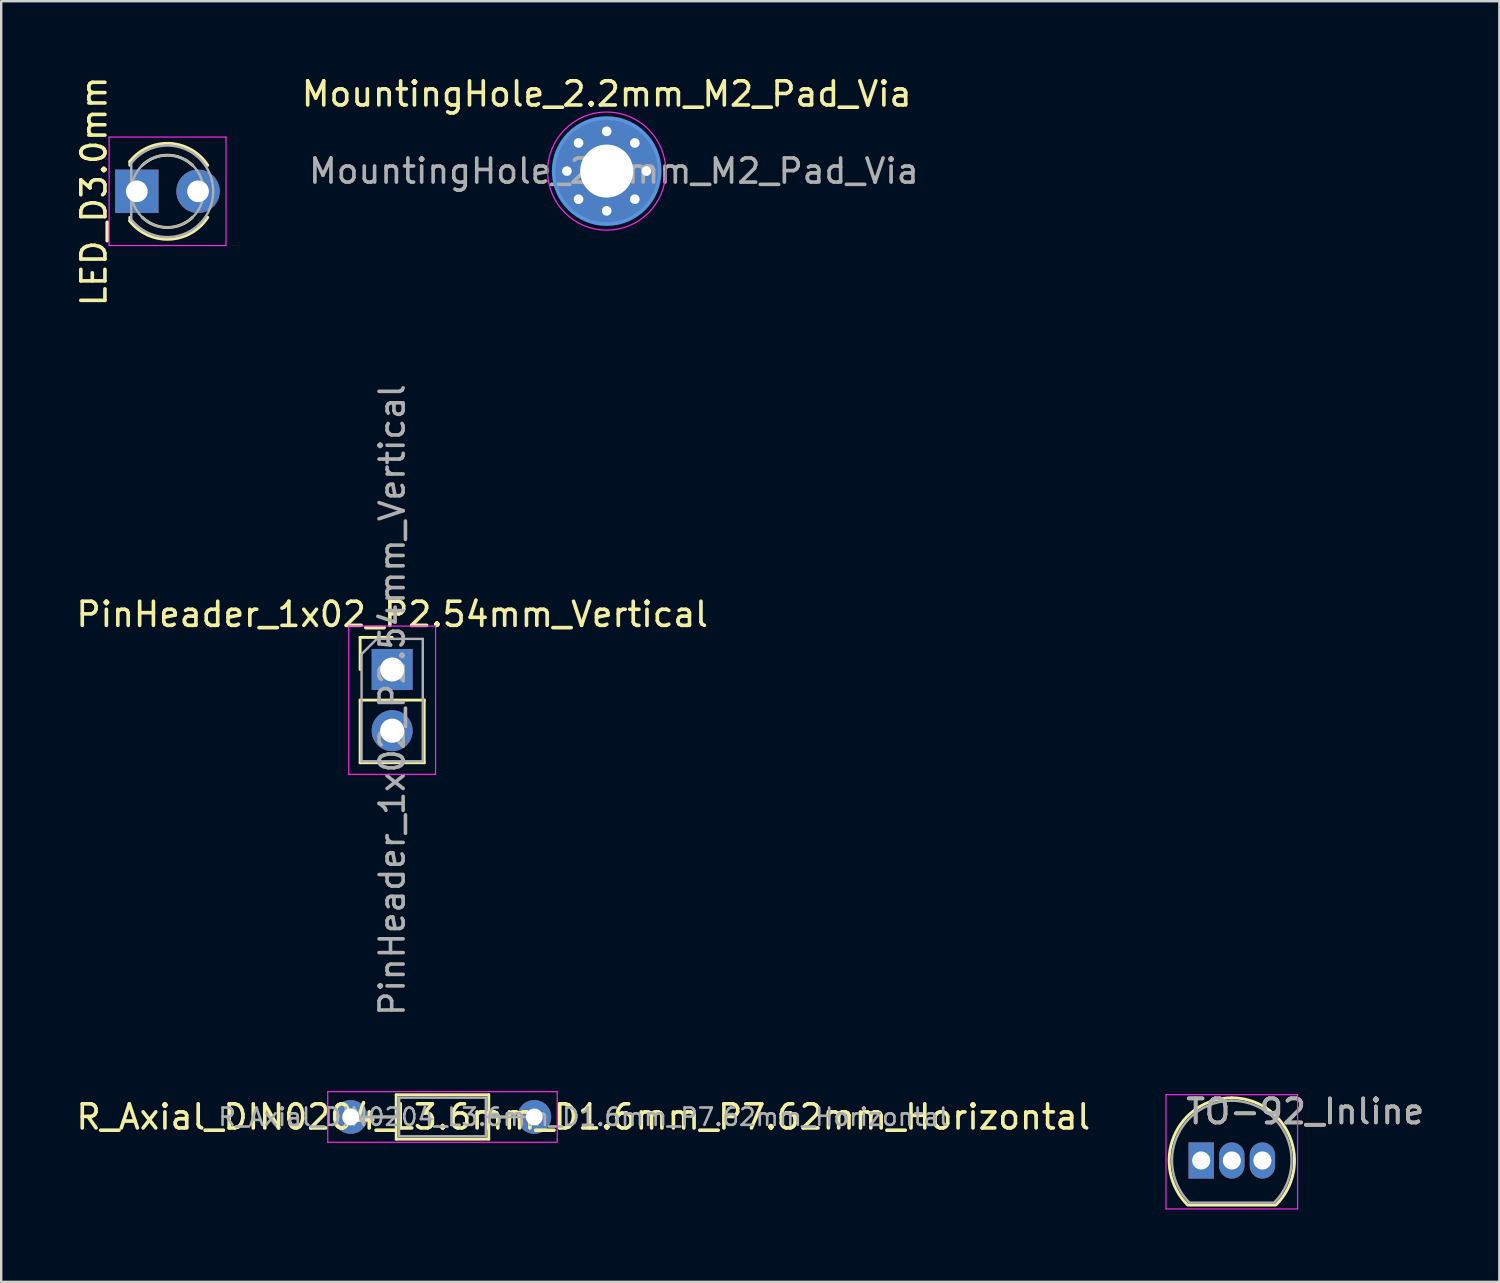
<source format=kicad_pcb>
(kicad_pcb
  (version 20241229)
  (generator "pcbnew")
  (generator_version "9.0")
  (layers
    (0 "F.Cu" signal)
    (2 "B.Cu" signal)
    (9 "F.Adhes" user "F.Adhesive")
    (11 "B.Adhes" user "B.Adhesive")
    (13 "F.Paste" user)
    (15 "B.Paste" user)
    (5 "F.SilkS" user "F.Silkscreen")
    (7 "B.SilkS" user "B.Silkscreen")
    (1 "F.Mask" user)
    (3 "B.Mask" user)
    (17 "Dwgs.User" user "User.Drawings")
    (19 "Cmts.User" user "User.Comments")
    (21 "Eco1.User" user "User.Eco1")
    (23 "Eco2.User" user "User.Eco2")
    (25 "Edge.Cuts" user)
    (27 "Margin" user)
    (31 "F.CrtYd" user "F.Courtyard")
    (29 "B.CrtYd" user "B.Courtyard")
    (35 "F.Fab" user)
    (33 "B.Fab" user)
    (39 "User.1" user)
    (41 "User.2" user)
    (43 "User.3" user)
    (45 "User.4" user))
  (footprint "PinHeader_1x02_P2.54mm_Vertical"
    (layer "F.Cu")
    (at 13.22 24.724)
    (property "Reference" "PinHeader_1x02_P2.54mm_Vertical" (at 0 -2.286 0) (layer "F.SilkS") (effects (font (size 1 1) (thickness 0.15))))
    (attr through_hole)
    (fp_line (start -1.33 -1.33) (end 0 -1.33) (stroke (width 0.12) (type solid)) (layer "F.SilkS"))
    (fp_line (start -1.33 0) (end -1.33 -1.33) (stroke (width 0.12) (type solid)) (layer "F.SilkS"))
    (fp_line (start -1.33 1.27) (end -1.33 3.87) (stroke (width 0.12) (type solid)) (layer "F.SilkS"))
    (fp_line (start -1.33 1.27) (end 1.33 1.27) (stroke (width 0.12) (type solid)) (layer "F.SilkS"))
    (fp_line (start -1.33 3.87) (end 1.33 3.87) (stroke (width 0.12) (type solid)) (layer "F.SilkS"))
    (fp_line (start 1.33 1.27) (end 1.33 3.87) (stroke (width 0.12) (type solid)) (layer "F.SilkS"))
    (fp_line (start -1.8 -1.8) (end -1.8 4.35) (stroke (width 0.05) (type solid)) (layer "F.CrtYd"))
    (fp_line (start -1.8 4.35) (end 1.8 4.35) (stroke (width 0.05) (type solid)) (layer "F.CrtYd"))
    (fp_line (start 1.8 -1.8) (end -1.8 -1.8) (stroke (width 0.05) (type solid)) (layer "F.CrtYd"))
    (fp_line (start 1.8 4.35) (end 1.8 -1.8) (stroke (width 0.05) (type solid)) (layer "F.CrtYd"))
    (fp_line (start -1.27 -0.635) (end -0.635 -1.27) (stroke (width 0.1) (type solid)) (layer "F.Fab"))
    (fp_line (start -1.27 3.81) (end -1.27 -0.635) (stroke (width 0.1) (type solid)) (layer "F.Fab"))
    (fp_line (start -0.635 -1.27) (end 1.27 -1.27) (stroke (width 0.1) (type solid)) (layer "F.Fab"))
    (fp_line (start 1.27 -1.27) (end 1.27 3.81) (stroke (width 0.1) (type solid)) (layer "F.Fab"))
    (fp_line (start 1.27 3.81) (end -1.27 3.81) (stroke (width 0.1) (type solid)) (layer "F.Fab"))
    (fp_text user "${REFERENCE}" (at 0 1.27 270) (layer "F.Fab") (effects (font (size 1 1) (thickness 0.15))))
    (pad "1" thru_hole rect (at 0 0) (size 1.7 1.7) (drill 1) (layers "*.Cu" "*.Mask"))
    (pad "2" thru_hole oval (at 0 2.54) (size 1.7 1.7) (drill 1) (layers "*.Cu" "*.Mask")))
  (footprint "LED_D3.0mm"
    (layer "F.Cu")
    (at 2.626 4.887)
    (property "Reference" "LED_D3.0mm" (at -1.778 0 270) (layer "F.SilkS") (effects (font (size 1 1) (thickness 0.15))))
    (attr through_hole)
    (fp_line (start -0.29 -1.236) (end -0.29 -1.08) (stroke (width 0.12) (type solid)) (layer "F.SilkS"))
    (fp_line (start -0.29 1.08) (end -0.29 1.236) (stroke (width 0.12) (type solid)) (layer "F.SilkS"))
    (fp_arc (start -0.29 -1.235516) (mid 1.366487 -1.987659) (end 2.942335 -1.078608) (stroke (width 0.12) (type solid)) (layer "F.SilkS"))
    (fp_arc (start 0.229039 -1.08) (mid 1.270117 -1.5) (end 2.31113 -1.079837) (stroke (width 0.12) (type solid)) (layer "F.SilkS"))
    (fp_arc (start 2.31113 1.079837) (mid 1.270117 1.5) (end 0.229039 1.08) (stroke (width 0.12) (type solid)) (layer "F.SilkS"))
    (fp_arc (start 2.942335 1.078608) (mid 1.366487 1.987659) (end -0.29 1.235516) (stroke (width 0.12) (type solid)) (layer "F.SilkS"))
    (fp_line (start -1.15 -2.25) (end -1.15 2.25) (stroke (width 0.05) (type solid)) (layer "F.CrtYd"))
    (fp_line (start -1.15 2.25) (end 3.7 2.25) (stroke (width 0.05) (type solid)) (layer "F.CrtYd"))
    (fp_line (start 3.7 -2.25) (end -1.15 -2.25) (stroke (width 0.05) (type solid)) (layer "F.CrtYd"))
    (fp_line (start 3.7 2.25) (end 3.7 -2.25) (stroke (width 0.05) (type solid)) (layer "F.CrtYd"))
    (fp_line (start -0.23 -1.166) (end -0.23 1.166) (stroke (width 0.1) (type solid)) (layer "F.Fab"))
    (fp_arc (start -0.23 -1.16619) (mid 3.17 0.000452) (end -0.230555 1.165476) (stroke (width 0.1) (type solid)) (layer "F.Fab"))
    (fp_circle (center 1.27 0) (end 2.77 0) (stroke (width 0.1) (type solid)) (fill no) (layer "F.Fab"))
    (pad "1" thru_hole rect (at 0 0) (size 1.8 1.8) (drill 0.9) (layers "*.Cu" "*.Mask"))
    (pad "2" thru_hole circle (at 2.54 0) (size 1.8 1.8) (drill 0.9) (layers "*.Cu" "*.Mask")))
  (footprint "R_Axial_DIN0204_L3.6mm_D1.6mm_P7.62mm_Horizontal"
    (layer "F.Cu")
    (at 11.497 43.289)
    (property "Reference" "R_Axial_DIN0204_L3.6mm_D1.6mm_P7.62mm_Horizontal" (at 9.652 0 0) (layer "F.SilkS") (effects (font (size 1 1) (thickness 0.15))))
    (attr through_hole)
    (fp_line (start 0.94 0) (end 1.89 0) (stroke (width 0.12) (type solid)) (layer "F.SilkS"))
    (fp_line (start 1.89 -0.92) (end 1.89 0.92) (stroke (width 0.12) (type solid)) (layer "F.SilkS"))
    (fp_line (start 1.89 0.92) (end 5.73 0.92) (stroke (width 0.12) (type solid)) (layer "F.SilkS"))
    (fp_line (start 5.73 -0.92) (end 1.89 -0.92) (stroke (width 0.12) (type solid)) (layer "F.SilkS"))
    (fp_line (start 5.73 0.92) (end 5.73 -0.92) (stroke (width 0.12) (type solid)) (layer "F.SilkS"))
    (fp_line (start 6.68 0) (end 5.73 0) (stroke (width 0.12) (type solid)) (layer "F.SilkS"))
    (fp_line (start -0.95 -1.05) (end -0.95 1.05) (stroke (width 0.05) (type solid)) (layer "F.CrtYd"))
    (fp_line (start -0.95 1.05) (end 8.57 1.05) (stroke (width 0.05) (type solid)) (layer "F.CrtYd"))
    (fp_line (start 8.57 -1.05) (end -0.95 -1.05) (stroke (width 0.05) (type solid)) (layer "F.CrtYd"))
    (fp_line (start 8.57 1.05) (end 8.57 -1.05) (stroke (width 0.05) (type solid)) (layer "F.CrtYd"))
    (fp_line (start 0 0) (end 2.01 0) (stroke (width 0.1) (type solid)) (layer "F.Fab"))
    (fp_line (start 2.01 -0.8) (end 2.01 0.8) (stroke (width 0.1) (type solid)) (layer "F.Fab"))
    (fp_line (start 2.01 0.8) (end 5.61 0.8) (stroke (width 0.1) (type solid)) (layer "F.Fab"))
    (fp_line (start 5.61 -0.8) (end 2.01 -0.8) (stroke (width 0.1) (type solid)) (layer "F.Fab"))
    (fp_line (start 5.61 0.8) (end 5.61 -0.8) (stroke (width 0.1) (type solid)) (layer "F.Fab"))
    (fp_line (start 7.62 0) (end 5.61 0) (stroke (width 0.1) (type solid)) (layer "F.Fab"))
    (fp_text user "${REFERENCE}" (at 9.652 0 0) (layer "F.Fab") (effects (font (size 0.72 0.72) (thickness 0.108))))
    (pad "1" thru_hole circle (at 0 0) (size 1.4 1.4) (drill 0.7) (layers "*.Cu" "*.Mask"))
    (pad "2" thru_hole oval (at 7.62 0) (size 1.4 1.4) (drill 0.7) (layers "*.Cu" "*.Mask")))
  (footprint "TO-92_Inline"
    (layer "F.Cu")
    (at 46.783 45.095)
    (property "Reference" "TO-92_Inline" (at 4.318 -2.032 0) (layer "F.SilkS") (effects (font (size 1 1) (thickness 0.15))))
    (attr through_hole)
    (fp_line (start -0.53 1.85) (end 3.07 1.85) (stroke (width 0.12) (type solid)) (layer "F.SilkS"))
    (fp_arc (start -0.568478 1.838478) (mid -1.132087 -0.994977) (end 1.27 -2.6) (stroke (width 0.12) (type solid)) (layer "F.SilkS"))
    (fp_arc (start 1.27 -2.6) (mid 3.672087 -0.994977) (end 3.108478 1.838478) (stroke (width 0.12) (type solid)) (layer "F.SilkS"))
    (fp_line (start -1.46 -2.73) (end -1.46 2.01) (stroke (width 0.05) (type solid)) (layer "F.CrtYd"))
    (fp_line (start -1.46 -2.73) (end 4 -2.73) (stroke (width 0.05) (type solid)) (layer "F.CrtYd"))
    (fp_line (start 4 2.01) (end -1.46 2.01) (stroke (width 0.05) (type solid)) (layer "F.CrtYd"))
    (fp_line (start 4 2.01) (end 4 -2.73) (stroke (width 0.05) (type solid)) (layer "F.CrtYd"))
    (fp_line (start -0.5 1.75) (end 3 1.75) (stroke (width 0.1) (type solid)) (layer "F.Fab"))
    (fp_arc (start -0.483625 1.753625) (mid -1.021221 -0.949055) (end 1.27 -2.48) (stroke (width 0.1) (type solid)) (layer "F.Fab"))
    (fp_arc (start 1.27 -2.48) (mid 3.561221 -0.949055) (end 3.023625 1.753625) (stroke (width 0.1) (type solid)) (layer "F.Fab"))
    (fp_text user "${REFERENCE}" (at 4.318 -2.032 0) (layer "F.Fab") (effects (font (size 1 1) (thickness 0.15))))
    (pad "1" thru_hole rect (at 0 0) (size 1.05 1.5) (drill 0.75) (layers "*.Cu" "*.Mask"))
    (pad "2" thru_hole oval (at 1.27 0) (size 1.05 1.5) (drill 0.75) (layers "*.Cu" "*.Mask"))
    (pad "3" thru_hole oval (at 2.54 0) (size 1.05 1.5) (drill 0.75) (layers "*.Cu" "*.Mask")))
  (footprint "MountingHole_2.2mm_M2_Pad_Via"
    (layer "F.Cu")
    (at 22.119 4.048)
    (property "Reference" "MountingHole_2.2mm_M2_Pad_Via" (at 0 -3.2 0) (layer "F.SilkS") (effects (font (size 1 1) (thickness 0.15))))
    (attr exclude_from_pos_files exclude_from_bom)
    (fp_circle (center 0 0) (end 2.2 0) (stroke (width 0.15) (type solid)) (fill no) (layer "Cmts.User"))
    (fp_circle (center 0 0) (end 2.45 0) (stroke (width 0.05) (type solid)) (fill no) (layer "F.CrtYd"))
    (fp_text user "${REFERENCE}" (at 0.3 0 0) (layer "F.Fab") (effects (font (size 1 1) (thickness 0.15))))
    (pad "1" thru_hole circle (at -1.65 0) (size 0.7 0.7) (drill 0.4) (layers "*.Cu" "*.Mask"))
    (pad "1" thru_hole circle (at -1.167 -1.167) (size 0.7 0.7) (drill 0.4) (layers "*.Cu" "*.Mask"))
    (pad "1" thru_hole circle (at -1.167 1.167) (size 0.7 0.7) (drill 0.4) (layers "*.Cu" "*.Mask"))
    (pad "1" thru_hole circle (at 0 -1.65) (size 0.7 0.7) (drill 0.4) (layers "*.Cu" "*.Mask"))
    (pad "1" thru_hole circle (at 0 0) (size 4.4 4.4) (drill 2.2) (layers "*.Cu" "*.Mask"))
    (pad "1" thru_hole circle (at 0 1.65) (size 0.7 0.7) (drill 0.4) (layers "*.Cu" "*.Mask"))
    (pad "1" thru_hole circle (at 1.167 -1.167) (size 0.7 0.7) (drill 0.4) (layers "*.Cu" "*.Mask"))
    (pad "1" thru_hole circle (at 1.167 1.167) (size 0.7 0.7) (drill 0.4) (layers "*.Cu" "*.Mask"))
    (pad "1" thru_hole circle (at 1.65 0) (size 0.7 0.7) (drill 0.4) (layers "*.Cu" "*.Mask")))
  (gr_rect
    (start -3 -3)
    (end 59.154 50.13)
    (stroke (width 0.1) (type default))
    (fill no)
    (layer "Edge.Cuts")))
</source>
